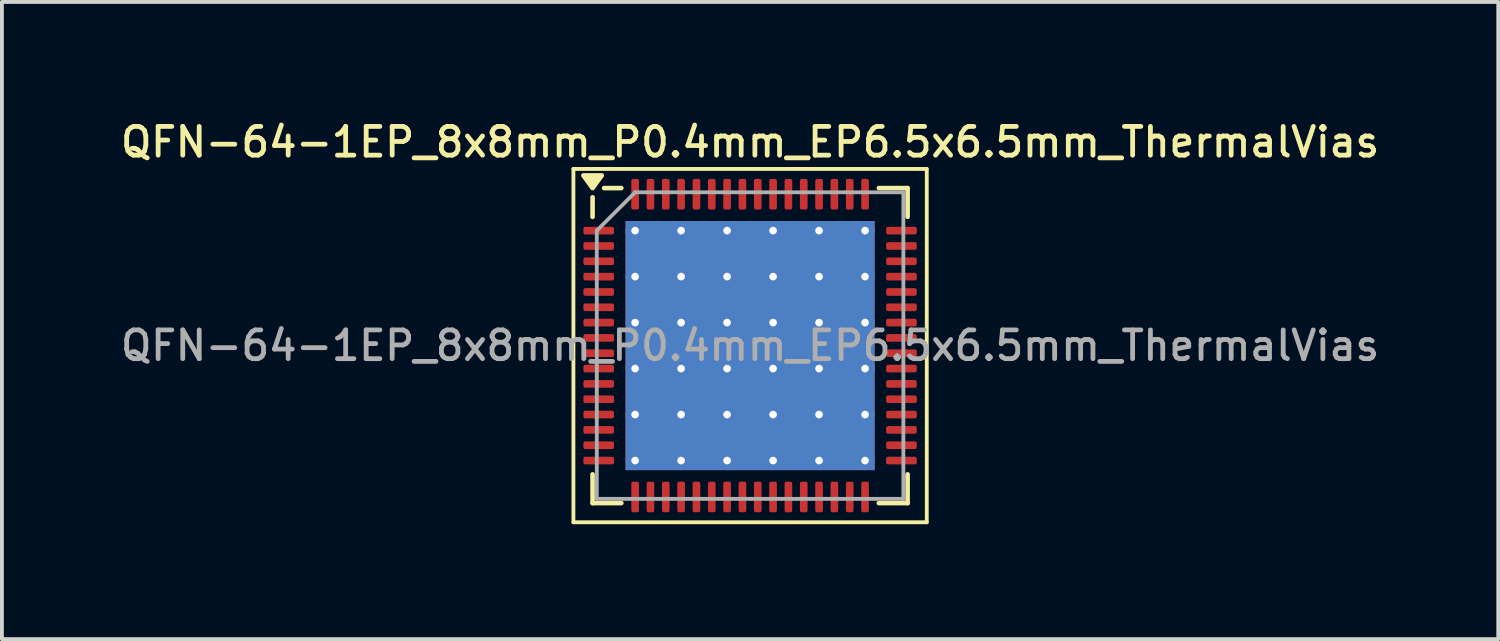
<source format=kicad_pcb>
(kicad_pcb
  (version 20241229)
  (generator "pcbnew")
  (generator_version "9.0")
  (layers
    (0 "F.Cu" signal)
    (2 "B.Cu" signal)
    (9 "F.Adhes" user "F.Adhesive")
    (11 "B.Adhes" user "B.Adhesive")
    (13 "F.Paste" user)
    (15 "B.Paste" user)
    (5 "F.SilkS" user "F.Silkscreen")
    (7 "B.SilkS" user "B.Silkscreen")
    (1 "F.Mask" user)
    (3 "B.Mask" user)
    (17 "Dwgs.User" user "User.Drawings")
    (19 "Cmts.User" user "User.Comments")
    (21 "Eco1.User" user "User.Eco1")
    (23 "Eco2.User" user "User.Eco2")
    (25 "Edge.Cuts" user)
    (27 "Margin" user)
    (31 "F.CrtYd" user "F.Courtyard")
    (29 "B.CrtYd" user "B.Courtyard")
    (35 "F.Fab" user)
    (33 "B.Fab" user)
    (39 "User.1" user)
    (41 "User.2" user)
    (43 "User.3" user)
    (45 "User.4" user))
  (footprint "QFN-64-1EP_8x8mm_P0.4mm_EP6.5x6.5mm_ThermalVias"
    (layer "F.Cu")
    (at 16.523 5.968)
    (property "Reference" "QFN-64-1EP_8x8mm_P0.4mm_EP6.5x6.5mm_ThermalVias" (at 0 -5.31 0) (layer "F.SilkS") (effects (font (size 0.75 0.75) (thickness 0.125))))
    (attr smd)
    (fp_line (start -4.61 -4.61) (end -4.61 4.61) (stroke (width 0.1) (type solid)) (layer "F.SilkS"))
    (fp_line (start -4.61 4.61) (end 4.61 4.61) (stroke (width 0.1) (type solid)) (layer "F.SilkS"))
    (fp_line (start -4.11 -3.36) (end -4.11 -3.87) (stroke (width 0.12) (type solid)) (layer "F.SilkS"))
    (fp_line (start -4.11 4.11) (end -4.11 3.36) (stroke (width 0.12) (type solid)) (layer "F.SilkS"))
    (fp_line (start -3.36 -4.11) (end -3.81 -4.11) (stroke (width 0.12) (type solid)) (layer "F.SilkS"))
    (fp_line (start -3.36 4.11) (end -4.11 4.11) (stroke (width 0.12) (type solid)) (layer "F.SilkS"))
    (fp_line (start 3.36 -4.11) (end 4.11 -4.11) (stroke (width 0.12) (type solid)) (layer "F.SilkS"))
    (fp_line (start 3.36 4.11) (end 4.11 4.11) (stroke (width 0.12) (type solid)) (layer "F.SilkS"))
    (fp_line (start 4.11 -4.11) (end 4.11 -3.36) (stroke (width 0.12) (type solid)) (layer "F.SilkS"))
    (fp_line (start 4.11 4.11) (end 4.11 3.36) (stroke (width 0.12) (type solid)) (layer "F.SilkS"))
    (fp_line (start 4.61 -4.61) (end -4.61 -4.61) (stroke (width 0.1) (type solid)) (layer "F.SilkS"))
    (fp_line (start 4.61 4.61) (end 4.61 -4.61) (stroke (width 0.1) (type solid)) (layer "F.SilkS"))
    (fp_poly (pts (xy -4.11 -4.11) (xy -4.35 -4.44) (xy -3.87 -4.44) (xy -4.11 -4.11)) (stroke (width 0.12) (type solid)) (fill yes) (layer "F.SilkS"))
    (fp_line (start -4 -3) (end -3 -4) (stroke (width 0.1) (type solid)) (layer "F.Fab"))
    (fp_line (start -4 4) (end -4 -3) (stroke (width 0.1) (type solid)) (layer "F.Fab"))
    (fp_line (start -3 -4) (end 4 -4) (stroke (width 0.1) (type solid)) (layer "F.Fab"))
    (fp_line (start 4 -4) (end 4 4) (stroke (width 0.1) (type solid)) (layer "F.Fab"))
    (fp_line (start 4 4) (end -4 4) (stroke (width 0.1) (type solid)) (layer "F.Fab"))
    (fp_text user "${REFERENCE}" (at 0 0 0) (layer "F.Fab") (effects (font (size 0.75 0.75) (thickness 0.125))))
    (pad "" smd roundrect (at -2.4 -2.4) (size 1.007 1.007) (layers "F.Paste") (roundrect_rratio 0.248))
    (pad "" smd roundrect (at -2.4 -1.2) (size 1.007 1.007) (layers "F.Paste") (roundrect_rratio 0.248))
    (pad "" smd roundrect (at -2.4 0) (size 1.007 1.007) (layers "F.Paste") (roundrect_rratio 0.248))
    (pad "" smd roundrect (at -2.4 1.2) (size 1.007 1.007) (layers "F.Paste") (roundrect_rratio 0.248))
    (pad "" smd roundrect (at -2.4 2.4) (size 1.007 1.007) (layers "F.Paste") (roundrect_rratio 0.248))
    (pad "" smd roundrect (at -1.2 -2.4) (size 1.007 1.007) (layers "F.Paste") (roundrect_rratio 0.248))
    (pad "" smd roundrect (at -1.2 -1.2) (size 1.007 1.007) (layers "F.Paste") (roundrect_rratio 0.248))
    (pad "" smd roundrect (at -1.2 0) (size 1.007 1.007) (layers "F.Paste") (roundrect_rratio 0.248))
    (pad "" smd roundrect (at -1.2 1.2) (size 1.007 1.007) (layers "F.Paste") (roundrect_rratio 0.248))
    (pad "" smd roundrect (at -1.2 2.4) (size 1.007 1.007) (layers "F.Paste") (roundrect_rratio 0.248))
    (pad "" smd roundrect (at 0 -2.4) (size 1.007 1.007) (layers "F.Paste") (roundrect_rratio 0.248))
    (pad "" smd roundrect (at 0 -1.2) (size 1.007 1.007) (layers "F.Paste") (roundrect_rratio 0.248))
    (pad "" smd roundrect (at 0 0) (size 1.007 1.007) (layers "F.Paste") (roundrect_rratio 0.248))
    (pad "" smd roundrect (at 0 1.2) (size 1.007 1.007) (layers "F.Paste") (roundrect_rratio 0.248))
    (pad "" smd roundrect (at 0 2.4) (size 1.007 1.007) (layers "F.Paste") (roundrect_rratio 0.248))
    (pad "" smd roundrect (at 1.2 -2.4) (size 1.007 1.007) (layers "F.Paste") (roundrect_rratio 0.248))
    (pad "" smd roundrect (at 1.2 -1.2) (size 1.007 1.007) (layers "F.Paste") (roundrect_rratio 0.248))
    (pad "" smd roundrect (at 1.2 0) (size 1.007 1.007) (layers "F.Paste") (roundrect_rratio 0.248))
    (pad "" smd roundrect (at 1.2 1.2) (size 1.007 1.007) (layers "F.Paste") (roundrect_rratio 0.248))
    (pad "" smd roundrect (at 1.2 2.4) (size 1.007 1.007) (layers "F.Paste") (roundrect_rratio 0.248))
    (pad "" smd roundrect (at 2.4 -2.4) (size 1.007 1.007) (layers "F.Paste") (roundrect_rratio 0.248))
    (pad "" smd roundrect (at 2.4 -1.2) (size 1.007 1.007) (layers "F.Paste") (roundrect_rratio 0.248))
    (pad "" smd roundrect (at 2.4 0) (size 1.007 1.007) (layers "F.Paste") (roundrect_rratio 0.248))
    (pad "" smd roundrect (at 2.4 1.2) (size 1.007 1.007) (layers "F.Paste") (roundrect_rratio 0.248))
    (pad "" smd roundrect (at 2.4 2.4) (size 1.007 1.007) (layers "F.Paste") (roundrect_rratio 0.248))
    (pad "1" smd roundrect (at -3.95 -3) (size 0.8 0.2) (layers "F.Cu" "F.Mask" "F.Paste") (roundrect_rratio 0.25))
    (pad "2" smd roundrect (at -3.95 -2.6) (size 0.8 0.2) (layers "F.Cu" "F.Mask" "F.Paste") (roundrect_rratio 0.25))
    (pad "3" smd roundrect (at -3.95 -2.2) (size 0.8 0.2) (layers "F.Cu" "F.Mask" "F.Paste") (roundrect_rratio 0.25))
    (pad "4" smd roundrect (at -3.95 -1.8) (size 0.8 0.2) (layers "F.Cu" "F.Mask" "F.Paste") (roundrect_rratio 0.25))
    (pad "5" smd roundrect (at -3.95 -1.4) (size 0.8 0.2) (layers "F.Cu" "F.Mask" "F.Paste") (roundrect_rratio 0.25))
    (pad "6" smd roundrect (at -3.95 -1) (size 0.8 0.2) (layers "F.Cu" "F.Mask" "F.Paste") (roundrect_rratio 0.25))
    (pad "7" smd roundrect (at -3.95 -0.6) (size 0.8 0.2) (layers "F.Cu" "F.Mask" "F.Paste") (roundrect_rratio 0.25))
    (pad "8" smd roundrect (at -3.95 -0.2) (size 0.8 0.2) (layers "F.Cu" "F.Mask" "F.Paste") (roundrect_rratio 0.25))
    (pad "9" smd roundrect (at -3.95 0.2) (size 0.8 0.2) (layers "F.Cu" "F.Mask" "F.Paste") (roundrect_rratio 0.25))
    (pad "10" smd roundrect (at -3.95 0.6) (size 0.8 0.2) (layers "F.Cu" "F.Mask" "F.Paste") (roundrect_rratio 0.25))
    (pad "11" smd roundrect (at -3.95 1) (size 0.8 0.2) (layers "F.Cu" "F.Mask" "F.Paste") (roundrect_rratio 0.25))
    (pad "12" smd roundrect (at -3.95 1.4) (size 0.8 0.2) (layers "F.Cu" "F.Mask" "F.Paste") (roundrect_rratio 0.25))
    (pad "13" smd roundrect (at -3.95 1.8) (size 0.8 0.2) (layers "F.Cu" "F.Mask" "F.Paste") (roundrect_rratio 0.25))
    (pad "14" smd roundrect (at -3.95 2.2) (size 0.8 0.2) (layers "F.Cu" "F.Mask" "F.Paste") (roundrect_rratio 0.25))
    (pad "15" smd roundrect (at -3.95 2.6) (size 0.8 0.2) (layers "F.Cu" "F.Mask" "F.Paste") (roundrect_rratio 0.25))
    (pad "16" smd roundrect (at -3.95 3) (size 0.8 0.2) (layers "F.Cu" "F.Mask" "F.Paste") (roundrect_rratio 0.25))
    (pad "17" smd roundrect (at -3 3.95) (size 0.2 0.8) (layers "F.Cu" "F.Mask" "F.Paste") (roundrect_rratio 0.25))
    (pad "18" smd roundrect (at -2.6 3.95) (size 0.2 0.8) (layers "F.Cu" "F.Mask" "F.Paste") (roundrect_rratio 0.25))
    (pad "19" smd roundrect (at -2.2 3.95) (size 0.2 0.8) (layers "F.Cu" "F.Mask" "F.Paste") (roundrect_rratio 0.25))
    (pad "20" smd roundrect (at -1.8 3.95) (size 0.2 0.8) (layers "F.Cu" "F.Mask" "F.Paste") (roundrect_rratio 0.25))
    (pad "21" smd roundrect (at -1.4 3.95) (size 0.2 0.8) (layers "F.Cu" "F.Mask" "F.Paste") (roundrect_rratio 0.25))
    (pad "22" smd roundrect (at -1 3.95) (size 0.2 0.8) (layers "F.Cu" "F.Mask" "F.Paste") (roundrect_rratio 0.25))
    (pad "23" smd roundrect (at -0.6 3.95) (size 0.2 0.8) (layers "F.Cu" "F.Mask" "F.Paste") (roundrect_rratio 0.25))
    (pad "24" smd roundrect (at -0.2 3.95) (size 0.2 0.8) (layers "F.Cu" "F.Mask" "F.Paste") (roundrect_rratio 0.25))
    (pad "25" smd roundrect (at 0.2 3.95) (size 0.2 0.8) (layers "F.Cu" "F.Mask" "F.Paste") (roundrect_rratio 0.25))
    (pad "26" smd roundrect (at 0.6 3.95) (size 0.2 0.8) (layers "F.Cu" "F.Mask" "F.Paste") (roundrect_rratio 0.25))
    (pad "27" smd roundrect (at 1 3.95) (size 0.2 0.8) (layers "F.Cu" "F.Mask" "F.Paste") (roundrect_rratio 0.25))
    (pad "28" smd roundrect (at 1.4 3.95) (size 0.2 0.8) (layers "F.Cu" "F.Mask" "F.Paste") (roundrect_rratio 0.25))
    (pad "29" smd roundrect (at 1.8 3.95) (size 0.2 0.8) (layers "F.Cu" "F.Mask" "F.Paste") (roundrect_rratio 0.25))
    (pad "30" smd roundrect (at 2.2 3.95) (size 0.2 0.8) (layers "F.Cu" "F.Mask" "F.Paste") (roundrect_rratio 0.25))
    (pad "31" smd roundrect (at 2.6 3.95) (size 0.2 0.8) (layers "F.Cu" "F.Mask" "F.Paste") (roundrect_rratio 0.25))
    (pad "32" smd roundrect (at 3 3.95) (size 0.2 0.8) (layers "F.Cu" "F.Mask" "F.Paste") (roundrect_rratio 0.25))
    (pad "33" smd roundrect (at 3.95 3) (size 0.8 0.2) (layers "F.Cu" "F.Mask" "F.Paste") (roundrect_rratio 0.25))
    (pad "34" smd roundrect (at 3.95 2.6) (size 0.8 0.2) (layers "F.Cu" "F.Mask" "F.Paste") (roundrect_rratio 0.25))
    (pad "35" smd roundrect (at 3.95 2.2) (size 0.8 0.2) (layers "F.Cu" "F.Mask" "F.Paste") (roundrect_rratio 0.25))
    (pad "36" smd roundrect (at 3.95 1.8) (size 0.8 0.2) (layers "F.Cu" "F.Mask" "F.Paste") (roundrect_rratio 0.25))
    (pad "37" smd roundrect (at 3.95 1.4) (size 0.8 0.2) (layers "F.Cu" "F.Mask" "F.Paste") (roundrect_rratio 0.25))
    (pad "38" smd roundrect (at 3.95 1) (size 0.8 0.2) (layers "F.Cu" "F.Mask" "F.Paste") (roundrect_rratio 0.25))
    (pad "39" smd roundrect (at 3.95 0.6) (size 0.8 0.2) (layers "F.Cu" "F.Mask" "F.Paste") (roundrect_rratio 0.25))
    (pad "40" smd roundrect (at 3.95 0.2) (size 0.8 0.2) (layers "F.Cu" "F.Mask" "F.Paste") (roundrect_rratio 0.25))
    (pad "41" smd roundrect (at 3.95 -0.2) (size 0.8 0.2) (layers "F.Cu" "F.Mask" "F.Paste") (roundrect_rratio 0.25))
    (pad "42" smd roundrect (at 3.95 -0.6) (size 0.8 0.2) (layers "F.Cu" "F.Mask" "F.Paste") (roundrect_rratio 0.25))
    (pad "43" smd roundrect (at 3.95 -1) (size 0.8 0.2) (layers "F.Cu" "F.Mask" "F.Paste") (roundrect_rratio 0.25))
    (pad "44" smd roundrect (at 3.95 -1.4) (size 0.8 0.2) (layers "F.Cu" "F.Mask" "F.Paste") (roundrect_rratio 0.25))
    (pad "45" smd roundrect (at 3.95 -1.8) (size 0.8 0.2) (layers "F.Cu" "F.Mask" "F.Paste") (roundrect_rratio 0.25))
    (pad "46" smd roundrect (at 3.95 -2.2) (size 0.8 0.2) (layers "F.Cu" "F.Mask" "F.Paste") (roundrect_rratio 0.25))
    (pad "47" smd roundrect (at 3.95 -2.6) (size 0.8 0.2) (layers "F.Cu" "F.Mask" "F.Paste") (roundrect_rratio 0.25))
    (pad "48" smd roundrect (at 3.95 -3) (size 0.8 0.2) (layers "F.Cu" "F.Mask" "F.Paste") (roundrect_rratio 0.25))
    (pad "49" smd roundrect (at 3 -3.95) (size 0.2 0.8) (layers "F.Cu" "F.Mask" "F.Paste") (roundrect_rratio 0.25))
    (pad "50" smd roundrect (at 2.6 -3.95) (size 0.2 0.8) (layers "F.Cu" "F.Mask" "F.Paste") (roundrect_rratio 0.25))
    (pad "51" smd roundrect (at 2.2 -3.95) (size 0.2 0.8) (layers "F.Cu" "F.Mask" "F.Paste") (roundrect_rratio 0.25))
    (pad "52" smd roundrect (at 1.8 -3.95) (size 0.2 0.8) (layers "F.Cu" "F.Mask" "F.Paste") (roundrect_rratio 0.25))
    (pad "53" smd roundrect (at 1.4 -3.95) (size 0.2 0.8) (layers "F.Cu" "F.Mask" "F.Paste") (roundrect_rratio 0.25))
    (pad "54" smd roundrect (at 1 -3.95) (size 0.2 0.8) (layers "F.Cu" "F.Mask" "F.Paste") (roundrect_rratio 0.25))
    (pad "55" smd roundrect (at 0.6 -3.95) (size 0.2 0.8) (layers "F.Cu" "F.Mask" "F.Paste") (roundrect_rratio 0.25))
    (pad "56" smd roundrect (at 0.2 -3.95) (size 0.2 0.8) (layers "F.Cu" "F.Mask" "F.Paste") (roundrect_rratio 0.25))
    (pad "57" smd roundrect (at -0.2 -3.95) (size 0.2 0.8) (layers "F.Cu" "F.Mask" "F.Paste") (roundrect_rratio 0.25))
    (pad "58" smd roundrect (at -0.6 -3.95) (size 0.2 0.8) (layers "F.Cu" "F.Mask" "F.Paste") (roundrect_rratio 0.25))
    (pad "59" smd roundrect (at -1 -3.95) (size 0.2 0.8) (layers "F.Cu" "F.Mask" "F.Paste") (roundrect_rratio 0.25))
    (pad "60" smd roundrect (at -1.4 -3.95) (size 0.2 0.8) (layers "F.Cu" "F.Mask" "F.Paste") (roundrect_rratio 0.25))
    (pad "61" smd roundrect (at -1.8 -3.95) (size 0.2 0.8) (layers "F.Cu" "F.Mask" "F.Paste") (roundrect_rratio 0.25))
    (pad "62" smd roundrect (at -2.2 -3.95) (size 0.2 0.8) (layers "F.Cu" "F.Mask" "F.Paste") (roundrect_rratio 0.25))
    (pad "63" smd roundrect (at -2.6 -3.95) (size 0.2 0.8) (layers "F.Cu" "F.Mask" "F.Paste") (roundrect_rratio 0.25))
    (pad "64" smd roundrect (at -3 -3.95) (size 0.2 0.8) (layers "F.Cu" "F.Mask" "F.Paste") (roundrect_rratio 0.25))
    (pad "65" thru_hole circle (at -3 -3) (size 0.5 0.5) (drill 0.2) (property pad_prop_heatsink) (layers "*.Cu"))
    (pad "65" thru_hole circle (at -3 -1.8) (size 0.5 0.5) (drill 0.2) (property pad_prop_heatsink) (layers "*.Cu"))
    (pad "65" thru_hole circle (at -3 -0.6) (size 0.5 0.5) (drill 0.2) (property pad_prop_heatsink) (layers "*.Cu"))
    (pad "65" thru_hole circle (at -3 0.6) (size 0.5 0.5) (drill 0.2) (property pad_prop_heatsink) (layers "*.Cu"))
    (pad "65" thru_hole circle (at -3 1.8) (size 0.5 0.5) (drill 0.2) (property pad_prop_heatsink) (layers "*.Cu"))
    (pad "65" thru_hole circle (at -3 3) (size 0.5 0.5) (drill 0.2) (property pad_prop_heatsink) (layers "*.Cu"))
    (pad "65" thru_hole circle (at -1.8 -3) (size 0.5 0.5) (drill 0.2) (property pad_prop_heatsink) (layers "*.Cu"))
    (pad "65" thru_hole circle (at -1.8 -1.8) (size 0.5 0.5) (drill 0.2) (property pad_prop_heatsink) (layers "*.Cu"))
    (pad "65" thru_hole circle (at -1.8 -0.6) (size 0.5 0.5) (drill 0.2) (property pad_prop_heatsink) (layers "*.Cu"))
    (pad "65" thru_hole circle (at -1.8 0.6) (size 0.5 0.5) (drill 0.2) (property pad_prop_heatsink) (layers "*.Cu"))
    (pad "65" thru_hole circle (at -1.8 1.8) (size 0.5 0.5) (drill 0.2) (property pad_prop_heatsink) (layers "*.Cu"))
    (pad "65" thru_hole circle (at -1.8 3) (size 0.5 0.5) (drill 0.2) (property pad_prop_heatsink) (layers "*.Cu"))
    (pad "65" thru_hole circle (at -0.6 -3) (size 0.5 0.5) (drill 0.2) (property pad_prop_heatsink) (layers "*.Cu"))
    (pad "65" thru_hole circle (at -0.6 -1.8) (size 0.5 0.5) (drill 0.2) (property pad_prop_heatsink) (layers "*.Cu"))
    (pad "65" thru_hole circle (at -0.6 -0.6) (size 0.5 0.5) (drill 0.2) (property pad_prop_heatsink) (layers "*.Cu"))
    (pad "65" thru_hole circle (at -0.6 0.6) (size 0.5 0.5) (drill 0.2) (property pad_prop_heatsink) (layers "*.Cu"))
    (pad "65" thru_hole circle (at -0.6 1.8) (size 0.5 0.5) (drill 0.2) (property pad_prop_heatsink) (layers "*.Cu"))
    (pad "65" thru_hole circle (at -0.6 3) (size 0.5 0.5) (drill 0.2) (property pad_prop_heatsink) (layers "*.Cu"))
    (pad "65" smd rect (at 0 0) (size 6.5 6.5) (property pad_prop_heatsink) (layers "F.Cu" "F.Mask"))
    (pad "65" smd rect (at 0 0) (size 6.5 6.5) (property pad_prop_heatsink) (layers "B.Cu"))
    (pad "65" thru_hole circle (at 0.6 -3) (size 0.5 0.5) (drill 0.2) (property pad_prop_heatsink) (layers "*.Cu"))
    (pad "65" thru_hole circle (at 0.6 -1.8) (size 0.5 0.5) (drill 0.2) (property pad_prop_heatsink) (layers "*.Cu"))
    (pad "65" thru_hole circle (at 0.6 -0.6) (size 0.5 0.5) (drill 0.2) (property pad_prop_heatsink) (layers "*.Cu"))
    (pad "65" thru_hole circle (at 0.6 0.6) (size 0.5 0.5) (drill 0.2) (property pad_prop_heatsink) (layers "*.Cu"))
    (pad "65" thru_hole circle (at 0.6 1.8) (size 0.5 0.5) (drill 0.2) (property pad_prop_heatsink) (layers "*.Cu"))
    (pad "65" thru_hole circle (at 0.6 3) (size 0.5 0.5) (drill 0.2) (property pad_prop_heatsink) (layers "*.Cu"))
    (pad "65" thru_hole circle (at 1.8 -3) (size 0.5 0.5) (drill 0.2) (property pad_prop_heatsink) (layers "*.Cu"))
    (pad "65" thru_hole circle (at 1.8 -1.8) (size 0.5 0.5) (drill 0.2) (property pad_prop_heatsink) (layers "*.Cu"))
    (pad "65" thru_hole circle (at 1.8 -0.6) (size 0.5 0.5) (drill 0.2) (property pad_prop_heatsink) (layers "*.Cu"))
    (pad "65" thru_hole circle (at 1.8 0.6) (size 0.5 0.5) (drill 0.2) (property pad_prop_heatsink) (layers "*.Cu"))
    (pad "65" thru_hole circle (at 1.8 1.8) (size 0.5 0.5) (drill 0.2) (property pad_prop_heatsink) (layers "*.Cu"))
    (pad "65" thru_hole circle (at 1.8 3) (size 0.5 0.5) (drill 0.2) (property pad_prop_heatsink) (layers "*.Cu"))
    (pad "65" thru_hole circle (at 3 -3) (size 0.5 0.5) (drill 0.2) (property pad_prop_heatsink) (layers "*.Cu"))
    (pad "65" thru_hole circle (at 3 -1.8) (size 0.5 0.5) (drill 0.2) (property pad_prop_heatsink) (layers "*.Cu"))
    (pad "65" thru_hole circle (at 3 -0.6) (size 0.5 0.5) (drill 0.2) (property pad_prop_heatsink) (layers "*.Cu"))
    (pad "65" thru_hole circle (at 3 0.6) (size 0.5 0.5) (drill 0.2) (property pad_prop_heatsink) (layers "*.Cu"))
    (pad "65" thru_hole circle (at 3 1.8) (size 0.5 0.5) (drill 0.2) (property pad_prop_heatsink) (layers "*.Cu"))
    (pad "65" thru_hole circle (at 3 3) (size 0.5 0.5) (drill 0.2) (property pad_prop_heatsink) (layers "*.Cu")))
  (gr_rect
    (start -3 -3)
    (end 36.046 13.628)
    (stroke (width 0.1) (type default))
    (fill no)
    (layer "Edge.Cuts")))
</source>
